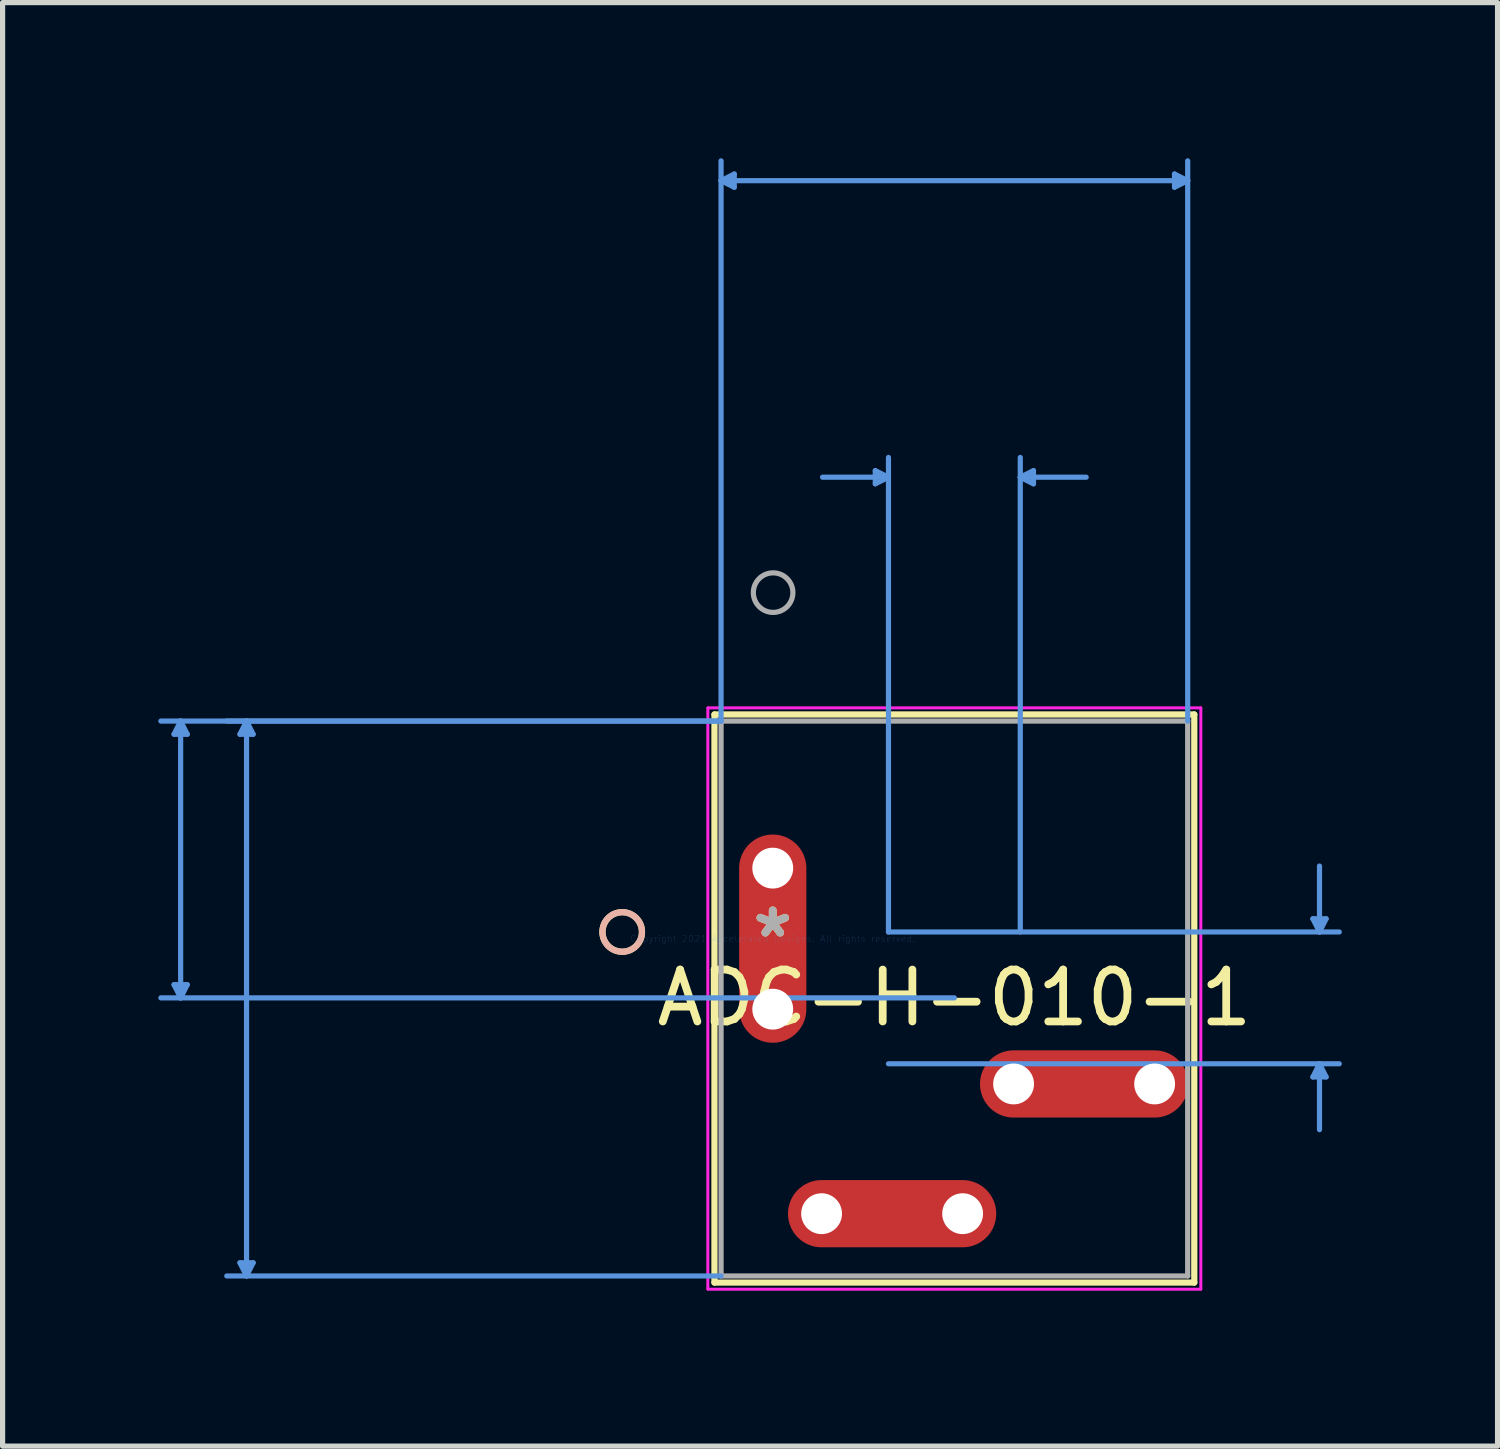
<source format=kicad_pcb>
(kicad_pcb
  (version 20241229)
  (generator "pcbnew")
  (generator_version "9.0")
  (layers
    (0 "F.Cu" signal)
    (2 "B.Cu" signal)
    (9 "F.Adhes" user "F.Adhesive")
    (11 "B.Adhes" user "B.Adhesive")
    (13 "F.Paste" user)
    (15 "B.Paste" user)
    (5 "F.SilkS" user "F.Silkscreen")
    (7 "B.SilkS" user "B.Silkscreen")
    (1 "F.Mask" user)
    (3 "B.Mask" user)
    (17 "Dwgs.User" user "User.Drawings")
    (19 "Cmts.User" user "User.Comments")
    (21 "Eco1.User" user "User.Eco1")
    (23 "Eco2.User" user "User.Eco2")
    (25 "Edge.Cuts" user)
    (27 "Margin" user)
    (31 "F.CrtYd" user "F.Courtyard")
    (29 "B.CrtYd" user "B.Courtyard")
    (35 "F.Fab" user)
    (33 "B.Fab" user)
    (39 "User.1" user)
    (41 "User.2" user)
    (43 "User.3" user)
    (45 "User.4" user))
  (footprint "ADC-H-010-1"
    (layer "F.Cu")
    (at 11.841 15.038)
    (property "Reference" "ADC-H-010-1" (at 3.5 1.141 0) (layer "F.SilkS") (effects (font (size 1 1) (thickness 0.15))))
    (attr through_hole)
    (fp_line (start -1.123 -4.32) (end -1.123 6.627) (stroke (width 0.12) (type solid)) (layer "F.SilkS"))
    (fp_line (start -1.123 6.627) (end 8.123 6.627) (stroke (width 0.12) (type solid)) (layer "F.SilkS"))
    (fp_line (start 8.123 -4.32) (end -1.123 -4.32) (stroke (width 0.12) (type solid)) (layer "F.SilkS"))
    (fp_line (start 8.123 6.627) (end 8.123 -4.32) (stroke (width 0.12) (type solid)) (layer "F.SilkS"))
    (fp_circle (center -2.901 -0.129) (end -2.52 -0.129) (stroke (width 0.12) (type solid)) (fill no) (layer "F.SilkS"))
    (fp_circle (center -2.901 -0.129) (end -2.52 -0.129) (stroke (width 0.12) (type solid)) (fill no) (layer "B.SilkS"))
    (fp_line (start -11.537 -3.939) (end -11.283 -3.939) (stroke (width 0.1) (type solid)) (layer "Cmts.User"))
    (fp_line (start -11.537 0.887) (end -11.283 0.887) (stroke (width 0.1) (type solid)) (layer "Cmts.User"))
    (fp_line (start -11.41 -4.193) (end -11.537 -3.939) (stroke (width 0.1) (type solid)) (layer "Cmts.User"))
    (fp_line (start -11.41 -4.193) (end -11.41 1.141) (stroke (width 0.1) (type solid)) (layer "Cmts.User"))
    (fp_line (start -11.41 -4.193) (end -11.283 -3.939) (stroke (width 0.1) (type solid)) (layer "Cmts.User"))
    (fp_line (start -11.41 1.141) (end -11.537 0.887) (stroke (width 0.1) (type solid)) (layer "Cmts.User"))
    (fp_line (start -11.41 1.141) (end -11.283 0.887) (stroke (width 0.1) (type solid)) (layer "Cmts.User"))
    (fp_line (start -10.267 -3.939) (end -10.013 -3.939) (stroke (width 0.1) (type solid)) (layer "Cmts.User"))
    (fp_line (start -10.267 6.246) (end -10.013 6.246) (stroke (width 0.1) (type solid)) (layer "Cmts.User"))
    (fp_line (start -10.14 -4.193) (end -10.267 -3.939) (stroke (width 0.1) (type solid)) (layer "Cmts.User"))
    (fp_line (start -10.14 -4.193) (end -10.14 6.5) (stroke (width 0.1) (type solid)) (layer "Cmts.User"))
    (fp_line (start -10.14 -4.193) (end -10.013 -3.939) (stroke (width 0.1) (type solid)) (layer "Cmts.User"))
    (fp_line (start -10.14 6.5) (end -10.267 6.246) (stroke (width 0.1) (type solid)) (layer "Cmts.User"))
    (fp_line (start -10.14 6.5) (end -10.013 6.246) (stroke (width 0.1) (type solid)) (layer "Cmts.User"))
    (fp_line (start -0.996 -14.607) (end -0.742 -14.734) (stroke (width 0.1) (type solid)) (layer "Cmts.User"))
    (fp_line (start -0.996 -14.607) (end -0.742 -14.48) (stroke (width 0.1) (type solid)) (layer "Cmts.User"))
    (fp_line (start -0.996 -14.607) (end 7.996 -14.607) (stroke (width 0.1) (type solid)) (layer "Cmts.User"))
    (fp_line (start -0.996 -4.193) (end -11.791 -4.193) (stroke (width 0.1) (type solid)) (layer "Cmts.User"))
    (fp_line (start -0.996 -4.193) (end -10.521 -4.193) (stroke (width 0.1) (type solid)) (layer "Cmts.User"))
    (fp_line (start -0.996 -4.193) (end -0.996 -14.988) (stroke (width 0.1) (type solid)) (layer "Cmts.User"))
    (fp_line (start -0.996 6.5) (end -10.521 6.5) (stroke (width 0.1) (type solid)) (layer "Cmts.User"))
    (fp_line (start -0.742 -14.734) (end -0.742 -14.48) (stroke (width 0.1) (type solid)) (layer "Cmts.User"))
    (fp_line (start 1.976 -9.019) (end 1.976 -8.765) (stroke (width 0.1) (type solid)) (layer "Cmts.User"))
    (fp_line (start 2.23 -8.892) (end 0.96 -8.892) (stroke (width 0.1) (type solid)) (layer "Cmts.User"))
    (fp_line (start 2.23 -8.892) (end 1.976 -9.019) (stroke (width 0.1) (type solid)) (layer "Cmts.User"))
    (fp_line (start 2.23 -8.892) (end 1.976 -8.765) (stroke (width 0.1) (type solid)) (layer "Cmts.User"))
    (fp_line (start 2.23 -0.129) (end 2.23 -9.273) (stroke (width 0.1) (type solid)) (layer "Cmts.User"))
    (fp_line (start 2.23 -0.129) (end 10.917 -0.129) (stroke (width 0.1) (type solid)) (layer "Cmts.User"))
    (fp_line (start 2.23 2.411) (end 10.917 2.411) (stroke (width 0.1) (type solid)) (layer "Cmts.User"))
    (fp_line (start 3.5 1.141) (end -11.791 1.141) (stroke (width 0.1) (type solid)) (layer "Cmts.User"))
    (fp_line (start 4.77 -8.892) (end 5.024 -9.019) (stroke (width 0.1) (type solid)) (layer "Cmts.User"))
    (fp_line (start 4.77 -8.892) (end 5.024 -8.765) (stroke (width 0.1) (type solid)) (layer "Cmts.User"))
    (fp_line (start 4.77 -8.892) (end 6.04 -8.892) (stroke (width 0.1) (type solid)) (layer "Cmts.User"))
    (fp_line (start 4.77 -0.129) (end 4.77 -9.273) (stroke (width 0.1) (type solid)) (layer "Cmts.User"))
    (fp_line (start 5.024 -9.019) (end 5.024 -8.765) (stroke (width 0.1) (type solid)) (layer "Cmts.User"))
    (fp_line (start 7.742 -14.734) (end 7.742 -14.48) (stroke (width 0.1) (type solid)) (layer "Cmts.User"))
    (fp_line (start 7.996 -14.607) (end 7.742 -14.734) (stroke (width 0.1) (type solid)) (layer "Cmts.User"))
    (fp_line (start 7.996 -14.607) (end 7.742 -14.48) (stroke (width 0.1) (type solid)) (layer "Cmts.User"))
    (fp_line (start 7.996 -4.193) (end 7.996 -14.988) (stroke (width 0.1) (type solid)) (layer "Cmts.User"))
    (fp_line (start 10.409 -0.383) (end 10.663 -0.383) (stroke (width 0.1) (type solid)) (layer "Cmts.User"))
    (fp_line (start 10.409 2.665) (end 10.663 2.665) (stroke (width 0.1) (type solid)) (layer "Cmts.User"))
    (fp_line (start 10.536 -0.129) (end 10.409 -0.383) (stroke (width 0.1) (type solid)) (layer "Cmts.User"))
    (fp_line (start 10.536 -0.129) (end 10.536 -1.399) (stroke (width 0.1) (type solid)) (layer "Cmts.User"))
    (fp_line (start 10.536 -0.129) (end 10.663 -0.383) (stroke (width 0.1) (type solid)) (layer "Cmts.User"))
    (fp_line (start 10.536 2.411) (end 10.409 2.665) (stroke (width 0.1) (type solid)) (layer "Cmts.User"))
    (fp_line (start 10.536 2.411) (end 10.536 3.681) (stroke (width 0.1) (type solid)) (layer "Cmts.User"))
    (fp_line (start 10.536 2.411) (end 10.663 2.665) (stroke (width 0.1) (type solid)) (layer "Cmts.User"))
    (fp_line (start -1.25 -4.447) (end -1.25 6.754) (stroke (width 0.05) (type solid)) (layer "F.CrtYd"))
    (fp_line (start -1.25 -4.447) (end -1.25 6.754) (stroke (width 0.05) (type solid)) (layer "F.CrtYd"))
    (fp_line (start -1.25 6.754) (end 8.25 6.754) (stroke (width 0.05) (type solid)) (layer "F.CrtYd"))
    (fp_line (start -1.25 6.754) (end 8.25 6.754) (stroke (width 0.05) (type solid)) (layer "F.CrtYd"))
    (fp_line (start 8.25 -4.447) (end -1.25 -4.447) (stroke (width 0.05) (type solid)) (layer "F.CrtYd"))
    (fp_line (start 8.25 -4.447) (end -1.25 -4.447) (stroke (width 0.05) (type solid)) (layer "F.CrtYd"))
    (fp_line (start 8.25 6.754) (end 8.25 -4.447) (stroke (width 0.05) (type solid)) (layer "F.CrtYd"))
    (fp_line (start 8.25 6.754) (end 8.25 -4.447) (stroke (width 0.05) (type solid)) (layer "F.CrtYd"))
    (fp_line (start -0.996 -4.193) (end -0.996 6.5) (stroke (width 0.1) (type solid)) (layer "F.Fab"))
    (fp_line (start -0.996 6.5) (end 7.996 6.5) (stroke (width 0.1) (type solid)) (layer "F.Fab"))
    (fp_line (start 7.996 -4.193) (end -0.996 -4.193) (stroke (width 0.1) (type solid)) (layer "F.Fab"))
    (fp_line (start 7.996 6.5) (end 7.996 -4.193) (stroke (width 0.1) (type solid)) (layer "F.Fab"))
    (fp_circle (center 0.007 -6.668) (end 0.388 -6.668) (stroke (width 0.1) (type solid)) (fill no) (layer "F.Fab"))
    (fp_text user "*" (at 0 0 0) (layer "F.SilkS") (effects (font (size 1 1) (thickness 0.15))))
    (fp_text user "Copyright 2021 Accelerated Designs. All rights reserved." (at 0 0 0) (layer "Cmts.User") (effects (font (size 0.127 0.127) (thickness 0.002))))
    (fp_text user "*" (at 0 0 0) (layer "F.Fab") (effects (font (size 1 1) (thickness 0.15))))
    (pad "" np_thru_hole circle (at 0 -1.359) (size 0.787 0.787) (drill 0.787) (layers "*.Cu" "*.Mask"))
    (pad "" np_thru_hole circle (at 0 1.359) (size 0.787 0.787) (drill 0.787) (layers "*.Cu" "*.Mask"))
    (pad "" np_thru_hole circle (at 0.941 5.3) (size 0.787 0.787) (drill 0.787) (layers "*.Cu" "*.Mask"))
    (pad "" np_thru_hole circle (at 3.659 5.3) (size 0.787 0.787) (drill 0.787) (layers "*.Cu" "*.Mask"))
    (pad "" np_thru_hole circle (at 4.641 2.8) (size 0.787 0.787) (drill 0.787) (layers "*.Cu" "*.Mask"))
    (pad "" np_thru_hole circle (at 7.359 2.8) (size 0.787 0.787) (drill 0.787) (layers "*.Cu" "*.Mask"))
    (pad "1" smd oval (at 0 0 90) (size 4.013 1.295) (layers "F.Cu" "F.Mask" "F.Paste"))
    (pad "2" smd oval (at 2.3 5.3) (size 4.013 1.295) (layers "F.Cu" "F.Mask" "F.Paste"))
    (pad "3" smd oval (at 6 2.8) (size 4.013 1.295) (layers "F.Cu" "F.Mask" "F.Paste")))
  (gr_rect
    (start -3 -3)
    (end 25.808 24.817)
    (stroke (width 0.1) (type default))
    (fill no)
    (layer "Edge.Cuts")))
</source>
